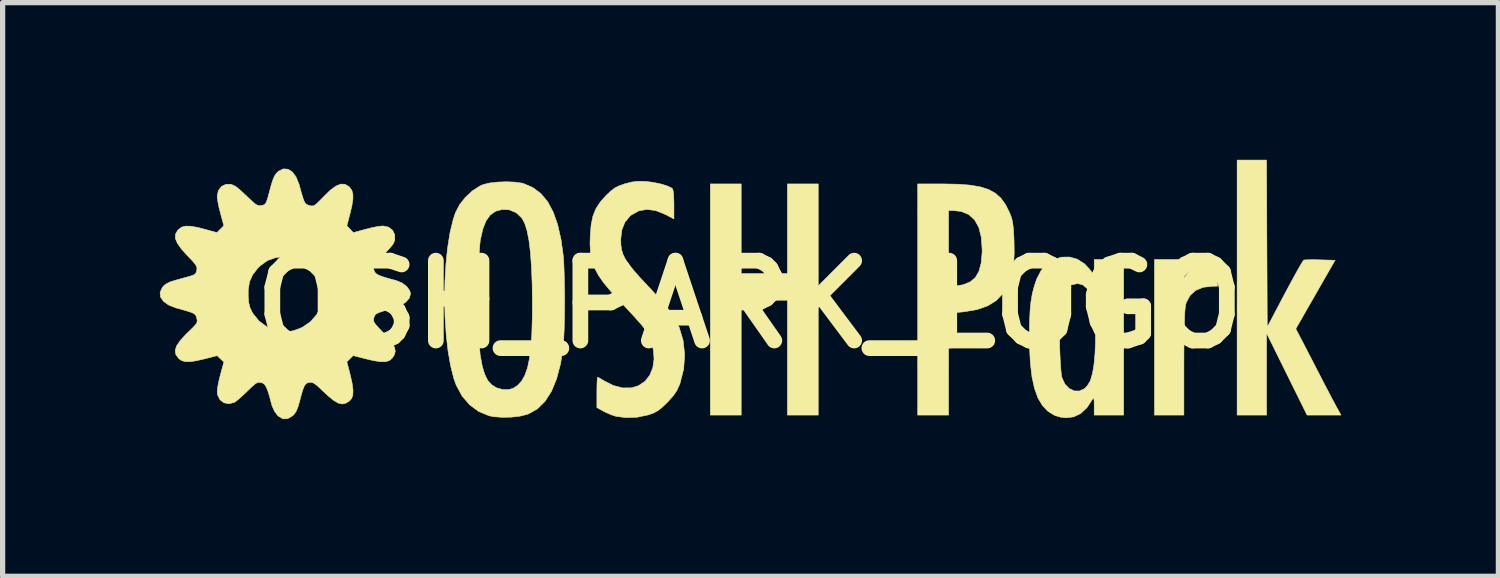
<source format=kicad_pcb>
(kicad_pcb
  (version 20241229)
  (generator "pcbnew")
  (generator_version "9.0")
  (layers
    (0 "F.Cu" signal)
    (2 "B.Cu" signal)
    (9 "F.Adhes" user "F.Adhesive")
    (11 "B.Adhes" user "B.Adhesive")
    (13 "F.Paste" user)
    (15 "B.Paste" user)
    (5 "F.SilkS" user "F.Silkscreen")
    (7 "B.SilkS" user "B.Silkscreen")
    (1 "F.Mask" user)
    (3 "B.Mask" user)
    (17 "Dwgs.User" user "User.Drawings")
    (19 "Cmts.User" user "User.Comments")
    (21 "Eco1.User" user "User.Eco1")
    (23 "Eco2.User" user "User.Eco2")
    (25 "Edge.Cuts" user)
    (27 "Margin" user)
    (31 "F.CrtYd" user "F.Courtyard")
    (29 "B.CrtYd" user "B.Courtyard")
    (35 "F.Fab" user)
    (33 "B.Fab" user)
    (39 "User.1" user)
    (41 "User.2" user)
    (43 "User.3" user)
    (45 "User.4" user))
  (footprint "OSH_PARK_LOGO"
    (layer "F.Cu")
    (at 11.255 2.759)
    (property "Reference" "OSH_PARK_LOGO" (at 0 0 0) (layer "F.SilkS") (effects (font (size 1.524 1.524) (thickness 0.3))))
    (attr through_hole)
    (fp_poly (pts (xy -0.16 -0.588) (xy 0.722 -0.588) (xy 0.722 -2.299) (xy 1.31 -2.299) (xy 1.31 2.112) (xy 0.722 2.112) (xy 0.722 -0.08) (xy -0.16 -0.08) (xy -0.16 2.112) (xy -0.749 2.112) (xy -0.749 -2.299) (xy -0.16 -2.299) (xy -0.16 -0.588)) (stroke (width 0.01) (type solid)) (fill yes) (layer "F.SilkS"))
    (fp_poly (pts (xy 8.907 -0.893) (xy 8.924 -0.845) (xy 8.93 -0.76) (xy 8.93 -0.628) (xy 8.93 -0.348) (xy 8.83 -0.347) (xy 8.654 -0.326) (xy 8.511 -0.266) (xy 8.403 -0.167) (xy 8.333 -0.033) (xy 8.319 0.022) (xy 8.31 0.094) (xy 8.302 0.218) (xy 8.296 0.389) (xy 8.292 0.607) (xy 8.289 0.868) (xy 8.288 1.138) (xy 8.288 2.112) (xy 7.727 2.112) (xy 7.727 -0.856) (xy 8.288 -0.856) (xy 8.288 -0.5) (xy 8.367 -0.608) (xy 8.495 -0.75) (xy 8.641 -0.846) (xy 8.73 -0.88) (xy 8.816 -0.902) (xy 8.873 -0.909) (xy 8.907 -0.893)) (stroke (width 0.01) (type solid)) (fill yes) (layer "F.SilkS"))
    (fp_poly (pts (xy 9.872 -1.161) (xy 9.879 0.432) (xy 10.213 -0.202) (xy 10.303 -0.37) (xy 10.386 -0.523) (xy 10.458 -0.653) (xy 10.516 -0.755) (xy 10.557 -0.821) (xy 10.576 -0.846) (xy 10.613 -0.85) (xy 10.691 -0.852) (xy 10.798 -0.852) (xy 10.889 -0.85) (xy 11.173 -0.842) (xy 10.424 0.466) (xy 10.543 0.694) (xy 10.596 0.797) (xy 10.667 0.934) (xy 10.748 1.09) (xy 10.831 1.252) (xy 10.882 1.35) (xy 10.961 1.503) (xy 11.039 1.652) (xy 11.109 1.786) (xy 11.166 1.892) (xy 11.194 1.945) (xy 11.286 2.112) (xy 10.639 2.112) (xy 10.252 1.33) (xy 9.866 0.549) (xy 9.866 2.112) (xy 9.304 2.112) (xy 9.304 -2.754) (xy 9.865 -2.754) (xy 9.872 -1.161)) (stroke (width 0.01) (type solid)) (fill yes) (layer "F.SilkS"))
    (fp_poly (pts (xy 3.973 -2.294) (xy 4.209 -2.276) (xy 4.403 -2.243) (xy 4.562 -2.192) (xy 4.691 -2.121) (xy 4.796 -2.027) (xy 4.883 -1.908) (xy 4.957 -1.76) (xy 4.979 -1.708) (xy 5.005 -1.631) (xy 5.023 -1.544) (xy 5.035 -1.434) (xy 5.044 -1.29) (xy 5.047 -1.203) (xy 5.05 -0.98) (xy 5.041 -0.798) (xy 5.019 -0.642) (xy 4.981 -0.502) (xy 4.929 -0.371) (xy 4.832 -0.204) (xy 4.705 -0.072) (xy 4.544 0.028) (xy 4.343 0.098) (xy 4.101 0.14) (xy 4.031 0.147) (xy 3.797 0.167) (xy 3.797 2.112) (xy 3.208 2.112) (xy 3.208 -0.348) (xy 3.797 -0.348) (xy 3.878 -0.348) (xy 3.956 -0.354) (xy 4.052 -0.371) (xy 4.082 -0.378) (xy 4.211 -0.43) (xy 4.309 -0.513) (xy 4.378 -0.632) (xy 4.42 -0.791) (xy 4.438 -0.993) (xy 4.438 -1.05) (xy 4.422 -1.28) (xy 4.375 -1.468) (xy 4.295 -1.612) (xy 4.183 -1.715) (xy 4.039 -1.774) (xy 3.884 -1.791) (xy 3.797 -1.791) (xy 3.797 -0.348) (xy 3.208 -0.348) (xy 3.208 -2.299) (xy 3.691 -2.299) (xy 3.973 -2.294)) (stroke (width 0.01) (type solid)) (fill yes) (layer "F.SilkS"))
    (fp_poly (pts (xy 6.252 -0.863) (xy 6.388 -0.777) (xy 6.485 -0.675) (xy 6.577 -0.554) (xy 6.577 -0.856) (xy 7.139 -0.856) (xy 7.139 2.112) (xy 6.577 2.112) (xy 6.576 1.932) (xy 6.575 1.839) (xy 6.569 1.793) (xy 6.558 1.788) (xy 6.547 1.805) (xy 6.44 1.968) (xy 6.322 2.08) (xy 6.189 2.145) (xy 6.041 2.165) (xy 5.936 2.152) (xy 5.832 2.122) (xy 5.815 2.115) (xy 5.691 2.038) (xy 5.588 1.929) (xy 5.503 1.786) (xy 5.438 1.605) (xy 5.389 1.383) (xy 5.358 1.117) (xy 5.342 0.805) (xy 5.34 0.588) (xy 5.342 0.426) (xy 5.913 0.426) (xy 5.914 0.6) (xy 5.917 0.78) (xy 5.923 0.956) (xy 5.931 1.118) (xy 5.941 1.254) (xy 5.952 1.356) (xy 5.962 1.402) (xy 6.018 1.521) (xy 6.099 1.605) (xy 6.194 1.651) (xy 6.295 1.653) (xy 6.393 1.608) (xy 6.397 1.605) (xy 6.451 1.545) (xy 6.499 1.464) (xy 6.506 1.447) (xy 6.545 1.313) (xy 6.574 1.138) (xy 6.592 0.935) (xy 6.601 0.715) (xy 6.599 0.49) (xy 6.588 0.273) (xy 6.566 0.074) (xy 6.534 -0.094) (xy 6.508 -0.18) (xy 6.444 -0.3) (xy 6.359 -0.373) (xy 6.258 -0.398) (xy 6.145 -0.372) (xy 6.125 -0.362) (xy 6.046 -0.293) (xy 5.985 -0.176) (xy 5.94 -0.009) (xy 5.931 0.047) (xy 5.922 0.139) (xy 5.916 0.269) (xy 5.913 0.426) (xy 5.342 0.426) (xy 5.343 0.337) (xy 5.352 0.129) (xy 5.369 -0.048) (xy 5.395 -0.202) (xy 5.432 -0.345) (xy 5.48 -0.486) (xy 5.564 -0.648) (xy 5.677 -0.772) (xy 5.809 -0.858) (xy 5.954 -0.902) (xy 6.104 -0.904) (xy 6.252 -0.863)) (stroke (width 0.01) (type solid)) (fill yes) (layer "F.SilkS"))
    (fp_poly (pts (xy -2.002 -2.347) (xy -1.982 -2.346) (xy -1.843 -2.329) (xy -1.705 -2.301) (xy -1.585 -2.266) (xy -1.498 -2.227) (xy -1.477 -2.213) (xy -1.46 -2.173) (xy -1.449 -2.086) (xy -1.444 -1.95) (xy -1.444 -1.909) (xy -1.444 -1.631) (xy -1.602 -1.714) (xy -1.787 -1.789) (xy -1.958 -1.813) (xy -2.115 -1.785) (xy -2.258 -1.705) (xy -2.277 -1.69) (xy -2.378 -1.571) (xy -2.439 -1.418) (xy -2.459 -1.241) (xy -2.456 -1.137) (xy -2.443 -1.044) (xy -2.416 -0.955) (xy -2.371 -0.864) (xy -2.303 -0.763) (xy -2.21 -0.647) (xy -2.087 -0.507) (xy -1.929 -0.338) (xy -1.912 -0.321) (xy -1.795 -0.194) (xy -1.683 -0.067) (xy -1.584 0.049) (xy -1.507 0.145) (xy -1.47 0.197) (xy -1.345 0.434) (xy -1.268 0.691) (xy -1.239 0.959) (xy -1.258 1.233) (xy -1.327 1.504) (xy -1.339 1.537) (xy -1.387 1.642) (xy -1.453 1.74) (xy -1.55 1.849) (xy -1.576 1.875) (xy -1.67 1.966) (xy -1.747 2.026) (xy -1.822 2.068) (xy -1.913 2.102) (xy -1.936 2.109) (xy -2.143 2.153) (xy -2.359 2.161) (xy -2.55 2.136) (xy -2.636 2.108) (xy -2.737 2.065) (xy -2.784 2.041) (xy -2.914 1.97) (xy -2.914 1.68) (xy -2.913 1.563) (xy -2.91 1.468) (xy -2.905 1.408) (xy -2.9 1.39) (xy -2.871 1.403) (xy -2.814 1.436) (xy -2.785 1.454) (xy -2.6 1.548) (xy -2.421 1.594) (xy -2.251 1.592) (xy -2.122 1.553) (xy -1.996 1.468) (xy -1.904 1.35) (xy -1.846 1.205) (xy -1.823 1.041) (xy -1.836 0.866) (xy -1.886 0.688) (xy -1.972 0.514) (xy -2.038 0.419) (xy -2.085 0.363) (xy -2.162 0.277) (xy -2.259 0.17) (xy -2.369 0.052) (xy -2.46 -0.044) (xy -2.637 -0.236) (xy -2.777 -0.403) (xy -2.883 -0.553) (xy -2.959 -0.696) (xy -3.008 -0.838) (xy -3.036 -0.989) (xy -3.045 -1.157) (xy -3.041 -1.31) (xy -3.024 -1.516) (xy -2.99 -1.683) (xy -2.934 -1.824) (xy -2.851 -1.952) (xy -2.74 -2.077) (xy -2.649 -2.163) (xy -2.574 -2.221) (xy -2.495 -2.261) (xy -2.393 -2.297) (xy -2.381 -2.301) (xy -2.249 -2.335) (xy -2.134 -2.349) (xy -2.002 -2.347)) (stroke (width 0.01) (type solid)) (fill yes) (layer "F.SilkS"))
    (fp_poly (pts (xy -4.482 -2.334) (xy -4.349 -2.315) (xy -4.314 -2.306) (xy -4.136 -2.229) (xy -3.983 -2.115) (xy -3.854 -1.96) (xy -3.748 -1.763) (xy -3.663 -1.522) (xy -3.598 -1.234) (xy -3.556 -0.93) (xy -3.546 -0.798) (xy -3.539 -0.623) (xy -3.534 -0.419) (xy -3.531 -0.197) (xy -3.531 0.032) (xy -3.533 0.256) (xy -3.538 0.463) (xy -3.546 0.642) (xy -3.555 0.781) (xy -3.557 0.796) (xy -3.607 1.131) (xy -3.682 1.417) (xy -3.78 1.657) (xy -3.902 1.848) (xy -4.048 1.993) (xy -4.218 2.089) (xy -4.245 2.099) (xy -4.382 2.133) (xy -4.55 2.152) (xy -4.724 2.155) (xy -4.885 2.143) (xy -4.973 2.125) (xy -5.171 2.043) (xy -5.343 1.916) (xy -5.487 1.748) (xy -5.598 1.543) (xy -5.642 1.422) (xy -5.705 1.174) (xy -5.755 0.888) (xy -5.79 0.575) (xy -5.812 0.244) (xy -5.82 -0.097) (xy -5.819 -0.169) (xy -5.174 -0.169) (xy -5.173 0.064) (xy -5.171 0.29) (xy -5.167 0.501) (xy -5.16 0.688) (xy -5.152 0.843) (xy -5.142 0.956) (xy -5.138 0.984) (xy -5.101 1.183) (xy -5.055 1.335) (xy -4.998 1.449) (xy -4.927 1.531) (xy -4.837 1.588) (xy -4.826 1.593) (xy -4.714 1.624) (xy -4.598 1.626) (xy -4.51 1.601) (xy -4.422 1.542) (xy -4.348 1.459) (xy -4.287 1.35) (xy -4.238 1.21) (xy -4.201 1.035) (xy -4.173 0.821) (xy -4.156 0.566) (xy -4.147 0.263) (xy -4.145 0.004) (xy -4.149 -0.377) (xy -4.162 -0.707) (xy -4.182 -0.987) (xy -4.21 -1.22) (xy -4.247 -1.407) (xy -4.292 -1.549) (xy -4.347 -1.649) (xy -4.349 -1.652) (xy -4.456 -1.751) (xy -4.588 -1.805) (xy -4.722 -1.811) (xy -4.847 -1.778) (xy -4.948 -1.707) (xy -5.029 -1.595) (xy -5.091 -1.438) (xy -5.138 -1.232) (xy -5.139 -1.227) (xy -5.149 -1.134) (xy -5.158 -0.996) (xy -5.165 -0.822) (xy -5.17 -0.621) (xy -5.173 -0.4) (xy -5.174 -0.169) (xy -5.819 -0.169) (xy -5.814 -0.437) (xy -5.795 -0.768) (xy -5.763 -1.081) (xy -5.717 -1.367) (xy -5.658 -1.615) (xy -5.613 -1.751) (xy -5.536 -1.9) (xy -5.423 -2.044) (xy -5.289 -2.168) (xy -5.146 -2.26) (xy -5.08 -2.288) (xy -4.959 -2.317) (xy -4.807 -2.334) (xy -4.641 -2.34) (xy -4.482 -2.334)) (stroke (width 0.01) (type solid)) (fill yes) (layer "F.SilkS"))
    (fp_poly (pts (xy -8.809 -2.58) (xy -8.726 -2.528) (xy -8.655 -2.432) (xy -8.599 -2.295) (xy -8.596 -2.283) (xy -8.556 -2.139) (xy -8.526 -2.038) (xy -8.502 -1.971) (xy -8.479 -1.931) (xy -8.455 -1.908) (xy -8.424 -1.895) (xy -8.401 -1.888) (xy -8.359 -1.879) (xy -8.323 -1.881) (xy -8.284 -1.903) (xy -8.232 -1.95) (xy -8.155 -2.028) (xy -8.131 -2.053) (xy -8.002 -2.179) (xy -7.893 -2.259) (xy -7.801 -2.296) (xy -7.72 -2.292) (xy -7.646 -2.247) (xy -7.632 -2.234) (xy -7.591 -2.177) (xy -7.57 -2.104) (xy -7.57 -2.007) (xy -7.591 -1.876) (xy -7.625 -1.732) (xy -7.685 -1.5) (xy -7.563 -1.37) (xy -7.331 -1.433) (xy -7.213 -1.463) (xy -7.102 -1.485) (xy -7.016 -1.496) (xy -6.997 -1.497) (xy -6.891 -1.475) (xy -6.813 -1.415) (xy -6.771 -1.329) (xy -6.772 -1.228) (xy -6.794 -1.168) (xy -6.825 -1.124) (xy -6.885 -1.054) (xy -6.962 -0.97) (xy -7.007 -0.922) (xy -7.092 -0.835) (xy -7.144 -0.774) (xy -7.17 -0.73) (xy -7.177 -0.693) (xy -7.17 -0.655) (xy -7.154 -0.616) (xy -7.123 -0.583) (xy -7.069 -0.553) (xy -6.984 -0.522) (xy -6.861 -0.486) (xy -6.74 -0.454) (xy -6.632 -0.409) (xy -6.543 -0.342) (xy -6.486 -0.263) (xy -6.47 -0.201) (xy -6.496 -0.116) (xy -6.567 -0.038) (xy -6.675 0.029) (xy -6.781 0.067) (xy -6.925 0.108) (xy -7.026 0.139) (xy -7.093 0.164) (xy -7.133 0.188) (xy -7.155 0.215) (xy -7.168 0.248) (xy -7.17 0.256) (xy -7.177 0.296) (xy -7.169 0.335) (xy -7.139 0.381) (xy -7.081 0.446) (xy -7.022 0.508) (xy -6.901 0.638) (xy -6.819 0.741) (xy -6.774 0.826) (xy -6.762 0.899) (xy -6.781 0.966) (xy -6.82 1.026) (xy -6.871 1.07) (xy -6.944 1.093) (xy -7.043 1.094) (xy -7.178 1.073) (xy -7.332 1.037) (xy -7.566 0.977) (xy -7.626 1.037) (xy -7.686 1.096) (xy -7.625 1.33) (xy -7.586 1.502) (xy -7.568 1.633) (xy -7.571 1.729) (xy -7.596 1.798) (xy -7.637 1.843) (xy -7.706 1.886) (xy -7.774 1.901) (xy -7.847 1.885) (xy -7.934 1.835) (xy -8.041 1.748) (xy -8.155 1.642) (xy -8.241 1.561) (xy -8.302 1.512) (xy -8.347 1.49) (xy -8.388 1.487) (xy -8.404 1.489) (xy -8.444 1.501) (xy -8.475 1.523) (xy -8.502 1.566) (xy -8.528 1.636) (xy -8.56 1.745) (xy -8.584 1.838) (xy -8.62 1.961) (xy -8.655 2.044) (xy -8.696 2.102) (xy -8.721 2.126) (xy -8.815 2.181) (xy -8.905 2.184) (xy -8.992 2.133) (xy -9.01 2.116) (xy -9.066 2.04) (xy -9.109 1.946) (xy -9.117 1.923) (xy -9.159 1.766) (xy -9.193 1.653) (xy -9.224 1.578) (xy -9.254 1.53) (xy -9.288 1.504) (xy -9.318 1.493) (xy -9.358 1.486) (xy -9.395 1.493) (xy -9.439 1.52) (xy -9.501 1.574) (xy -9.585 1.655) (xy -9.672 1.738) (xy -9.751 1.808) (xy -9.811 1.856) (xy -9.831 1.869) (xy -9.935 1.897) (xy -10.031 1.878) (xy -10.107 1.82) (xy -10.152 1.729) (xy -10.16 1.665) (xy -10.153 1.593) (xy -10.134 1.488) (xy -10.106 1.37) (xy -10.096 1.332) (xy -10.032 1.1) (xy -10.162 0.978) (xy -10.395 1.038) (xy -10.561 1.076) (xy -10.686 1.094) (xy -10.779 1.091) (xy -10.849 1.067) (xy -10.896 1.031) (xy -10.949 0.958) (xy -10.962 0.879) (xy -10.933 0.789) (xy -10.861 0.684) (xy -10.745 0.559) (xy -10.716 0.532) (xy -10.629 0.448) (xy -10.575 0.39) (xy -10.548 0.349) (xy -10.541 0.313) (xy -10.548 0.274) (xy -10.551 0.262) (xy -10.562 0.225) (xy -10.578 0.197) (xy -10.607 0.174) (xy -10.657 0.152) (xy -10.737 0.126) (xy -10.854 0.092) (xy -10.946 0.067) (xy -11.086 0.013) (xy -11.185 -0.058) (xy -11.241 -0.14) (xy -11.25 -0.229) (xy -11.229 -0.275) (xy -9.568 -0.275) (xy -9.568 -0.153) (xy -9.558 -0.033) (xy -9.537 0.055) (xy -9.5 0.136) (xy -9.477 0.176) (xy -9.361 0.318) (xy -9.212 0.428) (xy -9.043 0.498) (xy -8.866 0.524) (xy -8.796 0.521) (xy -8.703 0.501) (xy -8.595 0.463) (xy -8.53 0.434) (xy -8.379 0.33) (xy -8.26 0.193) (xy -8.179 0.032) (xy -8.142 -0.142) (xy -8.152 -0.315) (xy -8.215 -0.513) (xy -8.315 -0.673) (xy -8.45 -0.793) (xy -8.616 -0.872) (xy -8.812 -0.907) (xy -8.869 -0.908) (xy -9.049 -0.891) (xy -9.2 -0.837) (xy -9.335 -0.74) (xy -9.381 -0.696) (xy -9.482 -0.569) (xy -9.543 -0.434) (xy -9.568 -0.275) (xy -11.229 -0.275) (xy -11.209 -0.32) (xy -11.204 -0.327) (xy -11.167 -0.367) (xy -11.12 -0.399) (xy -11.054 -0.43) (xy -10.957 -0.461) (xy -10.82 -0.499) (xy -10.785 -0.509) (xy -10.678 -0.538) (xy -10.612 -0.561) (xy -10.576 -0.586) (xy -10.558 -0.618) (xy -10.55 -0.648) (xy -10.546 -0.69) (xy -10.556 -0.729) (xy -10.586 -0.776) (xy -10.642 -0.841) (xy -10.721 -0.923) (xy -10.842 -1.057) (xy -10.92 -1.167) (xy -10.958 -1.258) (xy -10.957 -1.337) (xy -10.918 -1.408) (xy -10.896 -1.432) (xy -10.839 -1.474) (xy -10.765 -1.494) (xy -10.666 -1.492) (xy -10.534 -1.469) (xy -10.397 -1.434) (xy -10.166 -1.37) (xy -10.099 -1.436) (xy -10.033 -1.503) (xy -10.096 -1.734) (xy -10.126 -1.852) (xy -10.148 -1.963) (xy -10.159 -2.048) (xy -10.16 -2.066) (xy -10.138 -2.172) (xy -10.079 -2.249) (xy -9.995 -2.292) (xy -9.898 -2.293) (xy -9.812 -2.255) (xy -9.763 -2.217) (xy -9.689 -2.152) (xy -9.604 -2.073) (xy -9.571 -2.041) (xy -9.485 -1.96) (xy -9.426 -1.911) (xy -9.382 -1.888) (xy -9.342 -1.883) (xy -9.312 -1.887) (xy -9.27 -1.899) (xy -9.241 -1.921) (xy -9.218 -1.964) (xy -9.193 -2.04) (xy -9.171 -2.122) (xy -9.132 -2.268) (xy -9.099 -2.373) (xy -9.069 -2.445) (xy -9.037 -2.495) (xy -8.999 -2.533) (xy -8.99 -2.541) (xy -8.899 -2.586) (xy -8.809 -2.58)) (stroke (width 0.01) (type solid)) (fill yes) (layer "F.SilkS")))
  (gr_rect
    (start -3 -3)
    (end 25.545 7.948)
    (stroke (width 0.1) (type default))
    (fill no)
    (layer "Edge.Cuts")))
</source>
